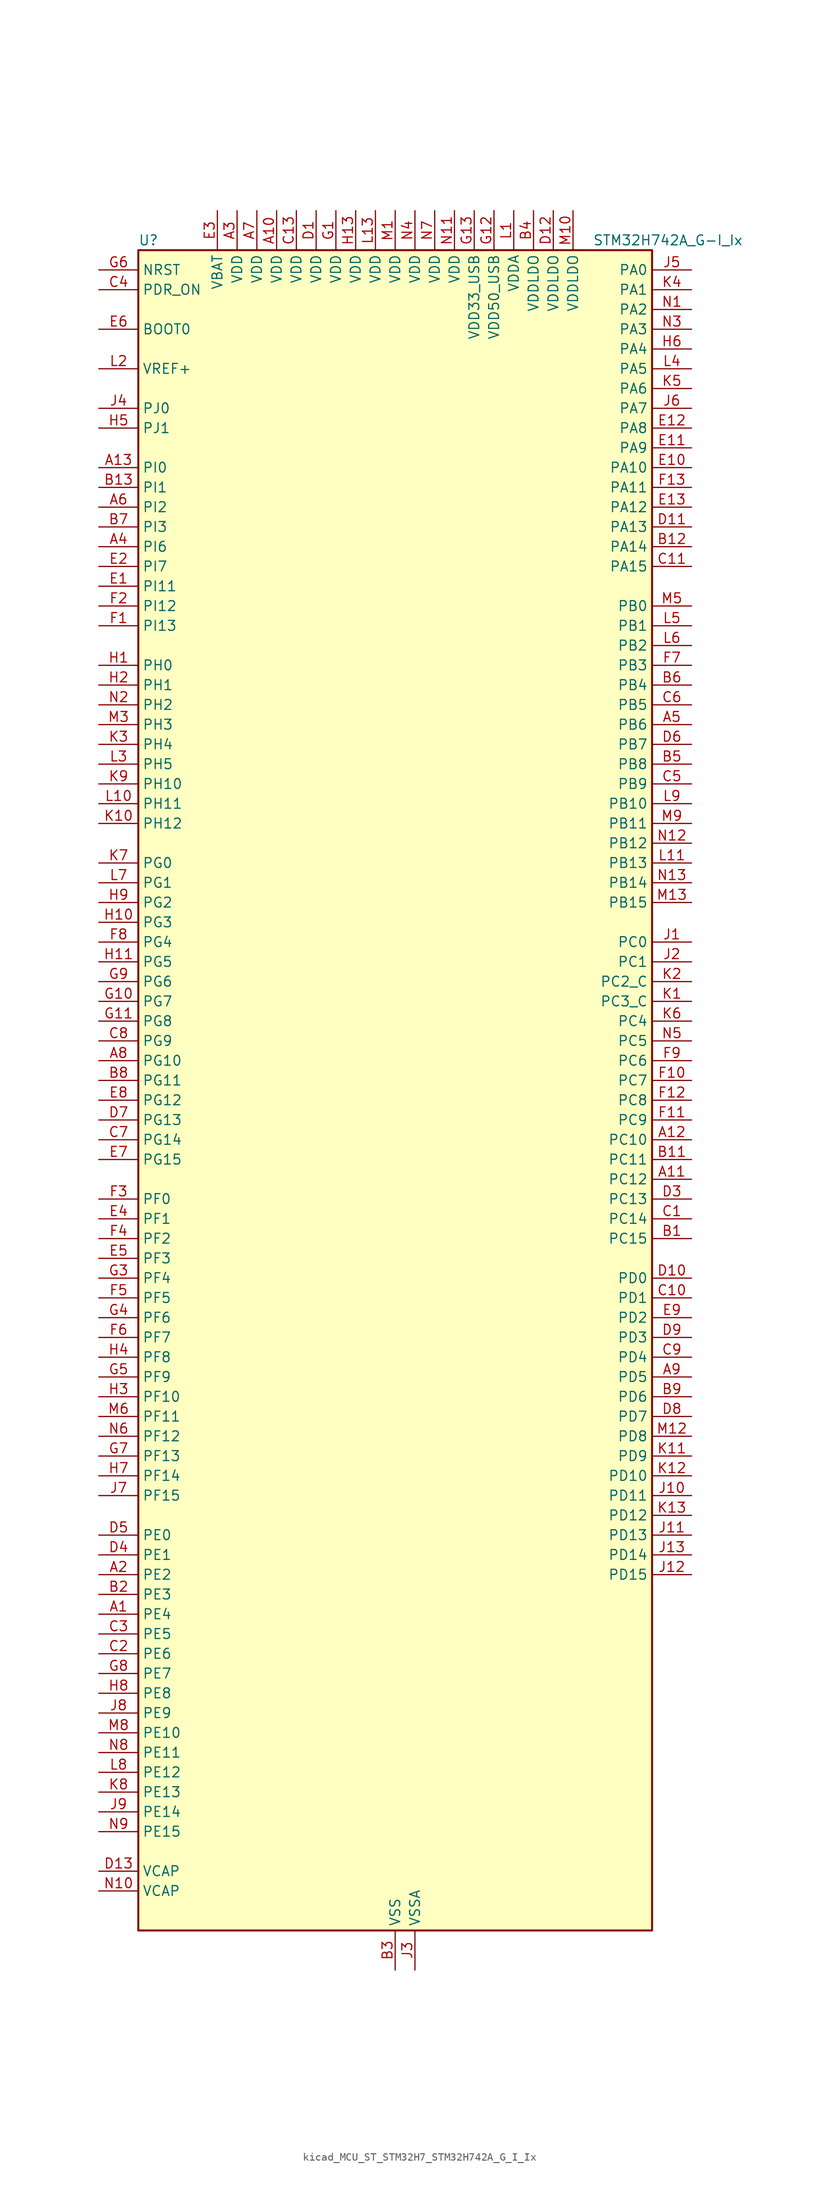
<source format=kicad_sym>
(kicad_symbol_lib
  (version 20220914)
  (generator kicad_symbol_editor)
  (symbol "kicad_MCU_ST_STM32H7_STM32H742A_G_I_Ix"
    (property "Reference" "U"
      (at -33.02 110.49 0)
      (effects (font (size 1.27 1.27)) (justify left)))
    (property "Value" "STM32H742A_G-I_Ix"
      (at 25.4 110.49 0)
      (effects (font (size 1.27 1.27)) (justify left)))
    (property "ki_locked" ""
      (at 0 0 0)
      (effects (font (size 1.27 1.27))))
    (symbol "kicad_MCU_ST_STM32H7_STM32H742A_G_I_Ix_0_1"
      (rectangle (start -33.02 -106.68) (end 33.02 109.22) (stroke (width 0.254) (type default)) (fill (type background))))
    (symbol "kicad_MCU_ST_STM32H7_STM32H742A_G_I_Ix_1_1"
      (pin bidirectional line (at -38.1 -66.04 0) (length 5.08) (name "PE4" (effects (font (size 1.27 1.27)))) (number "A1" (effects (font (size 1.27 1.27)))) (alternate "DCMI_D4" bidirectional line) (alternate "DEBUG_TRACED1" bidirectional line) (alternate "DFSDM1_DATIN3" bidirectional line) (alternate "FMC_A20" bidirectional line) (alternate "SAI1_D2" bidirectional line) (alternate "SAI1_FS_A" bidirectional line) (alternate "SAI4_D2" bidirectional line) (alternate "SAI4_FS_A" bidirectional line) (alternate "SPI4_NSS" bidirectional line) (alternate "TIM15_CH1N" bidirectional line))
      (pin power_in line (at -15.24 114.3 270) (length 5.08) (name "VDD" (effects (font (size 1.27 1.27)))) (number "A10" (effects (font (size 1.27 1.27)))))
      (pin bidirectional line (at 38.1 -10.16 180) (length 5.08) (name "PC12" (effects (font (size 1.27 1.27)))) (number "A11" (effects (font (size 1.27 1.27)))) (alternate "DCMI_D9" bidirectional line) (alternate "DEBUG_TRACED3" bidirectional line) (alternate "HRTIM_EEV2" bidirectional line) (alternate "I2S3_SDO" bidirectional line) (alternate "SDMMC1_CK" bidirectional line) (alternate "SPI3_MOSI" bidirectional line) (alternate "UART5_TX" bidirectional line) (alternate "USART3_CK" bidirectional line))
      (pin bidirectional line (at 38.1 -5.08 180) (length 5.08) (name "PC10" (effects (font (size 1.27 1.27)))) (number "A12" (effects (font (size 1.27 1.27)))) (alternate "DCMI_D8" bidirectional line) (alternate "DFSDM1_CKIN5" bidirectional line) (alternate "HRTIM_EEV1" bidirectional line) (alternate "I2S3_CK" bidirectional line) (alternate "QUADSPI_BK1_IO1" bidirectional line) (alternate "SDMMC1_D2" bidirectional line) (alternate "SPI3_SCK" bidirectional line) (alternate "UART4_TX" bidirectional line) (alternate "USART3_TX" bidirectional line))
      (pin bidirectional line (at -38.1 81.28 0) (length 5.08) (name "PI0" (effects (font (size 1.27 1.27)))) (number "A13" (effects (font (size 1.27 1.27)))) (alternate "DCMI_D13" bidirectional line) (alternate "FMC_D24" bidirectional line) (alternate "I2S2_WS" bidirectional line) (alternate "SPI2_NSS" bidirectional line) (alternate "TIM5_CH4" bidirectional line))
      (pin bidirectional line (at -38.1 -60.96 0) (length 5.08) (name "PE2" (effects (font (size 1.27 1.27)))) (number "A2" (effects (font (size 1.27 1.27)))) (alternate "DEBUG_TRACECLK" bidirectional line) (alternate "ETH_TXD3" bidirectional line) (alternate "FMC_A23" bidirectional line) (alternate "QUADSPI_BK1_IO2" bidirectional line) (alternate "SAI1_CK1" bidirectional line) (alternate "SAI1_MCLK_A" bidirectional line) (alternate "SAI4_CK1" bidirectional line) (alternate "SAI4_MCLK_A" bidirectional line) (alternate "SPI4_SCK" bidirectional line))
      (pin power_in line (at -20.32 114.3 270) (length 5.08) (name "VDD" (effects (font (size 1.27 1.27)))) (number "A3" (effects (font (size 1.27 1.27)))))
      (pin bidirectional line (at -38.1 71.12 0) (length 5.08) (name "PI6" (effects (font (size 1.27 1.27)))) (number "A4" (effects (font (size 1.27 1.27)))) (alternate "DCMI_D6" bidirectional line) (alternate "FMC_D28" bidirectional line) (alternate "SAI2_SD_A" bidirectional line) (alternate "TIM8_CH2" bidirectional line))
      (pin bidirectional line (at 38.1 48.26 180) (length 5.08) (name "PB6" (effects (font (size 1.27 1.27)))) (number "A5" (effects (font (size 1.27 1.27)))) (alternate "CEC" bidirectional line) (alternate "DCMI_D5" bidirectional line) (alternate "DFSDM1_DATIN5" bidirectional line) (alternate "FDCAN2_TX" bidirectional line) (alternate "FMC_SDNE1" bidirectional line) (alternate "HRTIM_EEV8" bidirectional line) (alternate "I2C1_SCL" bidirectional line) (alternate "I2C4_SCL" bidirectional line) (alternate "LPUART1_TX" bidirectional line) (alternate "QUADSPI_BK1_NCS" bidirectional line) (alternate "TIM16_CH1N" bidirectional line) (alternate "TIM4_CH1" bidirectional line) (alternate "UART5_TX" bidirectional line) (alternate "USART1_TX" bidirectional line))
      (pin bidirectional line (at -38.1 76.2 0) (length 5.08) (name "PI2" (effects (font (size 1.27 1.27)))) (number "A6" (effects (font (size 1.27 1.27)))) (alternate "DCMI_D9" bidirectional line) (alternate "FMC_D26" bidirectional line) (alternate "I2S2_SDI" bidirectional line) (alternate "SPI2_MISO" bidirectional line) (alternate "TIM8_CH4" bidirectional line))
      (pin power_in line (at -17.78 114.3 270) (length 5.08) (name "VDD" (effects (font (size 1.27 1.27)))) (number "A7" (effects (font (size 1.27 1.27)))))
      (pin bidirectional line (at -38.1 5.08 0) (length 5.08) (name "PG10" (effects (font (size 1.27 1.27)))) (number "A8" (effects (font (size 1.27 1.27)))) (alternate "DCMI_D2" bidirectional line) (alternate "FMC_NE3" bidirectional line) (alternate "HRTIM_FLT5" bidirectional line) (alternate "I2S1_WS" bidirectional line) (alternate "SAI2_SD_B" bidirectional line) (alternate "SPI1_NSS" bidirectional line))
      (pin bidirectional line (at 38.1 -35.56 180) (length 5.08) (name "PD5" (effects (font (size 1.27 1.27)))) (number "A9" (effects (font (size 1.27 1.27)))) (alternate "FMC_NWE" bidirectional line) (alternate "HRTIM_EEV3" bidirectional line) (alternate "USART2_TX" bidirectional line))
      (pin bidirectional line (at 38.1 -17.78 180) (length 5.08) (name "PC15" (effects (font (size 1.27 1.27)))) (number "B1" (effects (font (size 1.27 1.27)))) (alternate "ADC1_EXTI15" bidirectional line) (alternate "ADC2_EXTI15" bidirectional line) (alternate "ADC3_EXTI15" bidirectional line) (alternate "RCC_OSC32_OUT" bidirectional line))
      (pin passive line (at 0 -111.76 90) (length 5.08) hide (name "VSS" (effects (font (size 1.27 1.27)))) (number "B10" (effects (font (size 1.27 1.27)))))
      (pin bidirectional line (at 38.1 -7.62 180) (length 5.08) (name "PC11" (effects (font (size 1.27 1.27)))) (number "B11" (effects (font (size 1.27 1.27)))) (alternate "ADC1_EXTI11" bidirectional line) (alternate "ADC2_EXTI11" bidirectional line) (alternate "ADC3_EXTI11" bidirectional line) (alternate "DCMI_D4" bidirectional line) (alternate "DFSDM1_DATIN5" bidirectional line) (alternate "HRTIM_FLT2" bidirectional line) (alternate "I2S3_SDI" bidirectional line) (alternate "QUADSPI_BK2_NCS" bidirectional line) (alternate "SDMMC1_D3" bidirectional line) (alternate "SPI3_MISO" bidirectional line) (alternate "UART4_RX" bidirectional line) (alternate "USART3_RX" bidirectional line))
      (pin bidirectional line (at 38.1 71.12 180) (length 5.08) (name "PA14" (effects (font (size 1.27 1.27)))) (number "B12" (effects (font (size 1.27 1.27)))) (alternate "DEBUG_JTCK-SWCLK" bidirectional line))
      (pin bidirectional line (at -38.1 78.74 0) (length 5.08) (name "PI1" (effects (font (size 1.27 1.27)))) (number "B13" (effects (font (size 1.27 1.27)))) (alternate "DCMI_D8" bidirectional line) (alternate "FMC_D25" bidirectional line) (alternate "I2S2_CK" bidirectional line) (alternate "SPI2_SCK" bidirectional line) (alternate "TIM8_BKIN2" bidirectional line) (alternate "TIM8_BKIN2_COMP1" bidirectional line) (alternate "TIM8_BKIN2_COMP2" bidirectional line))
      (pin bidirectional line (at -38.1 -63.5 0) (length 5.08) (name "PE3" (effects (font (size 1.27 1.27)))) (number "B2" (effects (font (size 1.27 1.27)))) (alternate "DEBUG_TRACED0" bidirectional line) (alternate "FMC_A19" bidirectional line) (alternate "SAI1_SD_B" bidirectional line) (alternate "SAI4_SD_B" bidirectional line) (alternate "TIM15_BKIN" bidirectional line))
      (pin power_in line (at 0 -111.76 90) (length 5.08) (name "VSS" (effects (font (size 1.27 1.27)))) (number "B3" (effects (font (size 1.27 1.27)))))
      (pin power_in line (at 17.78 114.3 270) (length 5.08) (name "VDDLDO" (effects (font (size 1.27 1.27)))) (number "B4" (effects (font (size 1.27 1.27)))))
      (pin bidirectional line (at 38.1 43.18 180) (length 5.08) (name "PB8" (effects (font (size 1.27 1.27)))) (number "B5" (effects (font (size 1.27 1.27)))) (alternate "DCMI_D6" bidirectional line) (alternate "DFSDM1_CKIN7" bidirectional line) (alternate "ETH_TXD3" bidirectional line) (alternate "FDCAN1_RX" bidirectional line) (alternate "I2C1_SCL" bidirectional line) (alternate "I2C4_SCL" bidirectional line) (alternate "SDMMC1_CKIN" bidirectional line) (alternate "SDMMC1_D4" bidirectional line) (alternate "SDMMC2_D4" bidirectional line) (alternate "TIM16_CH1" bidirectional line) (alternate "TIM4_CH3" bidirectional line) (alternate "UART4_RX" bidirectional line))
      (pin bidirectional line (at 38.1 53.34 180) (length 5.08) (name "PB4" (effects (font (size 1.27 1.27)))) (number "B6" (effects (font (size 1.27 1.27)))) (alternate "DEBUG_JTRST" bidirectional line) (alternate "HRTIM_EEV6" bidirectional line) (alternate "I2S1_SDI" bidirectional line) (alternate "I2S2_WS" bidirectional line) (alternate "I2S3_SDI" bidirectional line) (alternate "SDMMC2_D3" bidirectional line) (alternate "SPI1_MISO" bidirectional line) (alternate "SPI2_NSS" bidirectional line) (alternate "SPI3_MISO" bidirectional line) (alternate "SPI6_MISO" bidirectional line) (alternate "TIM16_BKIN" bidirectional line) (alternate "TIM3_CH1" bidirectional line) (alternate "UART7_TX" bidirectional line))
      (pin bidirectional line (at -38.1 73.66 0) (length 5.08) (name "PI3" (effects (font (size 1.27 1.27)))) (number "B7" (effects (font (size 1.27 1.27)))) (alternate "DCMI_D10" bidirectional line) (alternate "FMC_D27" bidirectional line) (alternate "I2S2_SDO" bidirectional line) (alternate "SPI2_MOSI" bidirectional line) (alternate "TIM8_ETR" bidirectional line))
      (pin bidirectional line (at -38.1 2.54 0) (length 5.08) (name "PG11" (effects (font (size 1.27 1.27)))) (number "B8" (effects (font (size 1.27 1.27)))) (alternate "ADC1_EXTI11" bidirectional line) (alternate "ADC2_EXTI11" bidirectional line) (alternate "ADC3_EXTI11" bidirectional line) (alternate "DCMI_D3" bidirectional line) (alternate "ETH_TX_EN" bidirectional line) (alternate "HRTIM_EEV4" bidirectional line) (alternate "I2S1_CK" bidirectional line) (alternate "LPTIM1_IN2" bidirectional line) (alternate "SDMMC2_D2" bidirectional line) (alternate "SPDIFRX1_IN0" bidirectional line) (alternate "SPI1_SCK" bidirectional line))
      (pin bidirectional line (at 38.1 -38.1 180) (length 5.08) (name "PD6" (effects (font (size 1.27 1.27)))) (number "B9" (effects (font (size 1.27 1.27)))) (alternate "DCMI_D10" bidirectional line) (alternate "DFSDM1_CKIN4" bidirectional line) (alternate "DFSDM1_DATIN1" bidirectional line) (alternate "FMC_NWAIT" bidirectional line) (alternate "I2S3_SDO" bidirectional line) (alternate "SAI1_D1" bidirectional line) (alternate "SAI1_SD_A" bidirectional line) (alternate "SAI4_D1" bidirectional line) (alternate "SAI4_SD_A" bidirectional line) (alternate "SDMMC2_CK" bidirectional line) (alternate "SPI3_MOSI" bidirectional line) (alternate "USART2_RX" bidirectional line))
      (pin bidirectional line (at 38.1 -15.24 180) (length 5.08) (name "PC14" (effects (font (size 1.27 1.27)))) (number "C1" (effects (font (size 1.27 1.27)))) (alternate "RCC_OSC32_IN" bidirectional line))
      (pin bidirectional line (at 38.1 -25.4 180) (length 5.08) (name "PD1" (effects (font (size 1.27 1.27)))) (number "C10" (effects (font (size 1.27 1.27)))) (alternate "DFSDM1_DATIN6" bidirectional line) (alternate "FDCAN1_TX" bidirectional line) (alternate "FMC_D3" bidirectional line) (alternate "FMC_DA3" bidirectional line) (alternate "SAI3_SD_A" bidirectional line) (alternate "UART4_TX" bidirectional line))
      (pin bidirectional line (at 38.1 68.58 180) (length 5.08) (name "PA15" (effects (font (size 1.27 1.27)))) (number "C11" (effects (font (size 1.27 1.27)))) (alternate "ADC1_EXTI15" bidirectional line) (alternate "ADC2_EXTI15" bidirectional line) (alternate "ADC3_EXTI15" bidirectional line) (alternate "CEC" bidirectional line) (alternate "DEBUG_JTDI" bidirectional line) (alternate "HRTIM_FLT1" bidirectional line) (alternate "I2S1_WS" bidirectional line) (alternate "I2S3_WS" bidirectional line) (alternate "SPI1_NSS" bidirectional line) (alternate "SPI3_NSS" bidirectional line) (alternate "SPI6_NSS" bidirectional line) (alternate "TIM2_CH1" bidirectional line) (alternate "TIM2_ETR" bidirectional line) (alternate "UART4_DE" bidirectional line) (alternate "UART4_RTS" bidirectional line) (alternate "UART7_TX" bidirectional line))
      (pin passive line (at 0 -111.76 90) (length 5.08) hide (name "VSS" (effects (font (size 1.27 1.27)))) (number "C12" (effects (font (size 1.27 1.27)))))
      (pin power_in line (at -12.7 114.3 270) (length 5.08) (name "VDD" (effects (font (size 1.27 1.27)))) (number "C13" (effects (font (size 1.27 1.27)))))
      (pin bidirectional line (at -38.1 -71.12 0) (length 5.08) (name "PE6" (effects (font (size 1.27 1.27)))) (number "C2" (effects (font (size 1.27 1.27)))) (alternate "DCMI_D7" bidirectional line) (alternate "DEBUG_TRACED3" bidirectional line) (alternate "FMC_A22" bidirectional line) (alternate "SAI1_D1" bidirectional line) (alternate "SAI1_SD_A" bidirectional line) (alternate "SAI2_MCLK_B" bidirectional line) (alternate "SAI4_D1" bidirectional line) (alternate "SAI4_SD_A" bidirectional line) (alternate "SPI4_MOSI" bidirectional line) (alternate "TIM15_CH2" bidirectional line) (alternate "TIM1_BKIN2" bidirectional line) (alternate "TIM1_BKIN2_COMP1" bidirectional line) (alternate "TIM1_BKIN2_COMP2" bidirectional line))
      (pin bidirectional line (at -38.1 -68.58 0) (length 5.08) (name "PE5" (effects (font (size 1.27 1.27)))) (number "C3" (effects (font (size 1.27 1.27)))) (alternate "DCMI_D6" bidirectional line) (alternate "DEBUG_TRACED2" bidirectional line) (alternate "DFSDM1_CKIN3" bidirectional line) (alternate "FMC_A21" bidirectional line) (alternate "SAI1_CK2" bidirectional line) (alternate "SAI1_SCK_A" bidirectional line) (alternate "SAI4_CK2" bidirectional line) (alternate "SAI4_SCK_A" bidirectional line) (alternate "SPI4_MISO" bidirectional line) (alternate "TIM15_CH1" bidirectional line))
      (pin input line (at -38.1 104.14 0) (length 5.08) (name "PDR_ON" (effects (font (size 1.27 1.27)))) (number "C4" (effects (font (size 1.27 1.27)))))
      (pin bidirectional line (at 38.1 40.64 180) (length 5.08) (name "PB9" (effects (font (size 1.27 1.27)))) (number "C5" (effects (font (size 1.27 1.27)))) (alternate "DAC1_EXTI9" bidirectional line) (alternate "DCMI_D7" bidirectional line) (alternate "DFSDM1_DATIN7" bidirectional line) (alternate "FDCAN1_TX" bidirectional line) (alternate "I2C1_SDA" bidirectional line) (alternate "I2C4_SDA" bidirectional line) (alternate "I2C4_SMBA" bidirectional line) (alternate "I2S2_WS" bidirectional line) (alternate "SDMMC1_CDIR" bidirectional line) (alternate "SDMMC1_D5" bidirectional line) (alternate "SDMMC2_D5" bidirectional line) (alternate "SPI2_NSS" bidirectional line) (alternate "TIM17_CH1" bidirectional line) (alternate "TIM4_CH4" bidirectional line) (alternate "UART4_TX" bidirectional line))
      (pin bidirectional line (at 38.1 50.8 180) (length 5.08) (name "PB5" (effects (font (size 1.27 1.27)))) (number "C6" (effects (font (size 1.27 1.27)))) (alternate "DCMI_D10" bidirectional line) (alternate "ETH_PPS_OUT" bidirectional line) (alternate "FDCAN2_RX" bidirectional line) (alternate "FMC_SDCKE1" bidirectional line) (alternate "HRTIM_EEV7" bidirectional line) (alternate "I2C1_SMBA" bidirectional line) (alternate "I2C4_SMBA" bidirectional line) (alternate "I2S1_SDO" bidirectional line) (alternate "I2S3_SDO" bidirectional line) (alternate "SPI1_MOSI" bidirectional line) (alternate "SPI3_MOSI" bidirectional line) (alternate "SPI6_MOSI" bidirectional line) (alternate "TIM17_BKIN" bidirectional line) (alternate "TIM3_CH2" bidirectional line) (alternate "UART5_RX" bidirectional line) (alternate "USB_OTG_HS_ULPI_D7" bidirectional line))
      (pin bidirectional line (at -38.1 -5.08 0) (length 5.08) (name "PG14" (effects (font (size 1.27 1.27)))) (number "C7" (effects (font (size 1.27 1.27)))) (alternate "DEBUG_TRACED1" bidirectional line) (alternate "ETH_TXD1" bidirectional line) (alternate "FMC_A25" bidirectional line) (alternate "LPTIM1_ETR" bidirectional line) (alternate "QUADSPI_BK2_IO3" bidirectional line) (alternate "SPI6_MOSI" bidirectional line) (alternate "USART6_TX" bidirectional line))
      (pin bidirectional line (at -38.1 7.62 0) (length 5.08) (name "PG9" (effects (font (size 1.27 1.27)))) (number "C8" (effects (font (size 1.27 1.27)))) (alternate "DAC1_EXTI9" bidirectional line) (alternate "DCMI_VSYNC" bidirectional line) (alternate "FMC_NCE" bidirectional line) (alternate "FMC_NE2" bidirectional line) (alternate "I2S1_SDI" bidirectional line) (alternate "QUADSPI_BK2_IO2" bidirectional line) (alternate "SAI2_FS_B" bidirectional line) (alternate "SPDIFRX1_IN3" bidirectional line) (alternate "SPI1_MISO" bidirectional line) (alternate "USART6_RX" bidirectional line))
      (pin bidirectional line (at 38.1 -33.02 180) (length 5.08) (name "PD4" (effects (font (size 1.27 1.27)))) (number "C9" (effects (font (size 1.27 1.27)))) (alternate "FMC_NOE" bidirectional line) (alternate "HRTIM_FLT3" bidirectional line) (alternate "SAI3_FS_A" bidirectional line) (alternate "USART2_DE" bidirectional line) (alternate "USART2_RTS" bidirectional line))
      (pin power_in line (at -10.16 114.3 270) (length 5.08) (name "VDD" (effects (font (size 1.27 1.27)))) (number "D1" (effects (font (size 1.27 1.27)))))
      (pin bidirectional line (at 38.1 -22.86 180) (length 5.08) (name "PD0" (effects (font (size 1.27 1.27)))) (number "D10" (effects (font (size 1.27 1.27)))) (alternate "DFSDM1_CKIN6" bidirectional line) (alternate "FDCAN1_RX" bidirectional line) (alternate "FMC_D2" bidirectional line) (alternate "FMC_DA2" bidirectional line) (alternate "SAI3_SCK_A" bidirectional line) (alternate "UART4_RX" bidirectional line))
      (pin bidirectional line (at 38.1 73.66 180) (length 5.08) (name "PA13" (effects (font (size 1.27 1.27)))) (number "D11" (effects (font (size 1.27 1.27)))) (alternate "DEBUG_JTMS-SWDIO" bidirectional line))
      (pin power_in line (at 20.32 114.3 270) (length 5.08) (name "VDDLDO" (effects (font (size 1.27 1.27)))) (number "D12" (effects (font (size 1.27 1.27)))))
      (pin power_out line (at -38.1 -99.06 0) (length 5.08) (name "VCAP" (effects (font (size 1.27 1.27)))) (number "D13" (effects (font (size 1.27 1.27)))))
      (pin passive line (at 0 -111.76 90) (length 5.08) hide (name "VSS" (effects (font (size 1.27 1.27)))) (number "D2" (effects (font (size 1.27 1.27)))))
      (pin bidirectional line (at 38.1 -12.7 180) (length 5.08) (name "PC13" (effects (font (size 1.27 1.27)))) (number "D3" (effects (font (size 1.27 1.27)))) (alternate "PWR_WKUP2" bidirectional line) (alternate "RTC_OUT_ALARM" bidirectional line) (alternate "RTC_OUT_CALIB" bidirectional line) (alternate "RTC_TAMP1" bidirectional line) (alternate "RTC_TS" bidirectional line))
      (pin bidirectional line (at -38.1 -58.42 0) (length 5.08) (name "PE1" (effects (font (size 1.27 1.27)))) (number "D4" (effects (font (size 1.27 1.27)))) (alternate "DCMI_D3" bidirectional line) (alternate "FMC_NBL1" bidirectional line) (alternate "HRTIM_SCOUT" bidirectional line) (alternate "LPTIM1_IN2" bidirectional line) (alternate "UART8_TX" bidirectional line))
      (pin bidirectional line (at -38.1 -55.88 0) (length 5.08) (name "PE0" (effects (font (size 1.27 1.27)))) (number "D5" (effects (font (size 1.27 1.27)))) (alternate "DCMI_D2" bidirectional line) (alternate "FMC_NBL0" bidirectional line) (alternate "HRTIM_SCIN" bidirectional line) (alternate "LPTIM1_ETR" bidirectional line) (alternate "LPTIM2_ETR" bidirectional line) (alternate "SAI2_MCLK_A" bidirectional line) (alternate "TIM4_ETR" bidirectional line) (alternate "UART8_RX" bidirectional line))
      (pin bidirectional line (at 38.1 45.72 180) (length 5.08) (name "PB7" (effects (font (size 1.27 1.27)))) (number "D6" (effects (font (size 1.27 1.27)))) (alternate "DCMI_VSYNC" bidirectional line) (alternate "DFSDM1_CKIN5" bidirectional line) (alternate "FMC_NL" bidirectional line) (alternate "HRTIM_EEV9" bidirectional line) (alternate "I2C1_SDA" bidirectional line) (alternate "I2C4_SDA" bidirectional line) (alternate "LPUART1_RX" bidirectional line) (alternate "PWR_PVD_IN" bidirectional line) (alternate "TIM17_CH1N" bidirectional line) (alternate "TIM4_CH2" bidirectional line) (alternate "USART1_RX" bidirectional line))
      (pin bidirectional line (at -38.1 -2.54 0) (length 5.08) (name "PG13" (effects (font (size 1.27 1.27)))) (number "D7" (effects (font (size 1.27 1.27)))) (alternate "DEBUG_TRACED0" bidirectional line) (alternate "ETH_TXD0" bidirectional line) (alternate "FMC_A24" bidirectional line) (alternate "HRTIM_EEV10" bidirectional line) (alternate "LPTIM1_OUT" bidirectional line) (alternate "SPI6_SCK" bidirectional line) (alternate "USART6_CTS" bidirectional line) (alternate "USART6_NSS" bidirectional line))
      (pin bidirectional line (at 38.1 -40.64 180) (length 5.08) (name "PD7" (effects (font (size 1.27 1.27)))) (number "D8" (effects (font (size 1.27 1.27)))) (alternate "DFSDM1_CKIN1" bidirectional line) (alternate "DFSDM1_DATIN4" bidirectional line) (alternate "FMC_NE1" bidirectional line) (alternate "I2S1_SDO" bidirectional line) (alternate "SDMMC2_CMD" bidirectional line) (alternate "SPDIFRX1_IN0" bidirectional line) (alternate "SPI1_MOSI" bidirectional line) (alternate "USART2_CK" bidirectional line))
      (pin bidirectional line (at 38.1 -30.48 180) (length 5.08) (name "PD3" (effects (font (size 1.27 1.27)))) (number "D9" (effects (font (size 1.27 1.27)))) (alternate "DCMI_D5" bidirectional line) (alternate "DFSDM1_CKOUT" bidirectional line) (alternate "FMC_CLK" bidirectional line) (alternate "I2S2_CK" bidirectional line) (alternate "SPI2_SCK" bidirectional line) (alternate "USART2_CTS" bidirectional line) (alternate "USART2_NSS" bidirectional line))
      (pin bidirectional line (at -38.1 66.04 0) (length 5.08) (name "PI11" (effects (font (size 1.27 1.27)))) (number "E1" (effects (font (size 1.27 1.27)))) (alternate "ADC1_EXTI11" bidirectional line) (alternate "ADC2_EXTI11" bidirectional line) (alternate "ADC3_EXTI11" bidirectional line) (alternate "PWR_WKUP4" bidirectional line) (alternate "USB_OTG_HS_ULPI_DIR" bidirectional line))
      (pin bidirectional line (at 38.1 81.28 180) (length 5.08) (name "PA10" (effects (font (size 1.27 1.27)))) (number "E10" (effects (font (size 1.27 1.27)))) (alternate "DCMI_D1" bidirectional line) (alternate "HRTIM_CHC2" bidirectional line) (alternate "LPUART1_RX" bidirectional line) (alternate "MDIOS_MDIO" bidirectional line) (alternate "TIM1_CH3" bidirectional line) (alternate "USART1_RX" bidirectional line) (alternate "USB_OTG_FS_ID" bidirectional line))
      (pin bidirectional line (at 38.1 83.82 180) (length 5.08) (name "PA9" (effects (font (size 1.27 1.27)))) (number "E11" (effects (font (size 1.27 1.27)))) (alternate "DAC1_EXTI9" bidirectional line) (alternate "DCMI_D0" bidirectional line) (alternate "HRTIM_CHC1" bidirectional line) (alternate "I2C3_SMBA" bidirectional line) (alternate "I2S2_CK" bidirectional line) (alternate "LPUART1_TX" bidirectional line) (alternate "SPI2_SCK" bidirectional line) (alternate "TIM1_CH2" bidirectional line) (alternate "USART1_TX" bidirectional line) (alternate "USB_OTG_FS_VBUS" bidirectional line))
      (pin bidirectional line (at 38.1 86.36 180) (length 5.08) (name "PA8" (effects (font (size 1.27 1.27)))) (number "E12" (effects (font (size 1.27 1.27)))) (alternate "HRTIM_CHB2" bidirectional line) (alternate "I2C3_SCL" bidirectional line) (alternate "RCC_MCO_1" bidirectional line) (alternate "TIM1_CH1" bidirectional line) (alternate "TIM8_BKIN2" bidirectional line) (alternate "TIM8_BKIN2_COMP1" bidirectional line) (alternate "TIM8_BKIN2_COMP2" bidirectional line) (alternate "UART7_RX" bidirectional line) (alternate "USART1_CK" bidirectional line) (alternate "USB_OTG_FS_SOF" bidirectional line))
      (pin bidirectional line (at 38.1 76.2 180) (length 5.08) (name "PA12" (effects (font (size 1.27 1.27)))) (number "E13" (effects (font (size 1.27 1.27)))) (alternate "FDCAN1_TX" bidirectional line) (alternate "HRTIM_CHD2" bidirectional line) (alternate "I2S2_CK" bidirectional line) (alternate "LPUART1_DE" bidirectional line) (alternate "LPUART1_RTS" bidirectional line) (alternate "SAI2_FS_B" bidirectional line) (alternate "SPI2_SCK" bidirectional line) (alternate "TIM1_ETR" bidirectional line) (alternate "UART4_TX" bidirectional line) (alternate "USART1_DE" bidirectional line) (alternate "USART1_RTS" bidirectional line) (alternate "USB_OTG_FS_DP" bidirectional line))
      (pin bidirectional line (at -38.1 68.58 0) (length 5.08) (name "PI7" (effects (font (size 1.27 1.27)))) (number "E2" (effects (font (size 1.27 1.27)))) (alternate "DCMI_D7" bidirectional line) (alternate "FMC_D29" bidirectional line) (alternate "SAI2_FS_A" bidirectional line) (alternate "TIM8_CH3" bidirectional line))
      (pin power_in line (at -22.86 114.3 270) (length 5.08) (name "VBAT" (effects (font (size 1.27 1.27)))) (number "E3" (effects (font (size 1.27 1.27)))))
      (pin bidirectional line (at -38.1 -15.24 0) (length 5.08) (name "PF1" (effects (font (size 1.27 1.27)))) (number "E4" (effects (font (size 1.27 1.27)))) (alternate "FMC_A1" bidirectional line) (alternate "I2C2_SCL" bidirectional line))
      (pin bidirectional line (at -38.1 -20.32 0) (length 5.08) (name "PF3" (effects (font (size 1.27 1.27)))) (number "E5" (effects (font (size 1.27 1.27)))) (alternate "ADC3_INP5" bidirectional line) (alternate "FMC_A3" bidirectional line))
      (pin input line (at -38.1 99.06 0) (length 5.08) (name "BOOT0" (effects (font (size 1.27 1.27)))) (number "E6" (effects (font (size 1.27 1.27)))))
      (pin bidirectional line (at -38.1 -7.62 0) (length 5.08) (name "PG15" (effects (font (size 1.27 1.27)))) (number "E7" (effects (font (size 1.27 1.27)))) (alternate "ADC1_EXTI15" bidirectional line) (alternate "ADC2_EXTI15" bidirectional line) (alternate "ADC3_EXTI15" bidirectional line) (alternate "DCMI_D13" bidirectional line) (alternate "FMC_SDNCAS" bidirectional line) (alternate "USART6_CTS" bidirectional line) (alternate "USART6_NSS" bidirectional line))
      (pin bidirectional line (at -38.1 0 0) (length 5.08) (name "PG12" (effects (font (size 1.27 1.27)))) (number "E8" (effects (font (size 1.27 1.27)))) (alternate "ETH_TXD1" bidirectional line) (alternate "FMC_NE4" bidirectional line) (alternate "HRTIM_EEV5" bidirectional line) (alternate "LPTIM1_IN1" bidirectional line) (alternate "SPDIFRX1_IN1" bidirectional line) (alternate "SPI6_MISO" bidirectional line) (alternate "USART6_DE" bidirectional line) (alternate "USART6_RTS" bidirectional line))
      (pin bidirectional line (at 38.1 -27.94 180) (length 5.08) (name "PD2" (effects (font (size 1.27 1.27)))) (number "E9" (effects (font (size 1.27 1.27)))) (alternate "DCMI_D11" bidirectional line) (alternate "DEBUG_TRACED2" bidirectional line) (alternate "SDMMC1_CMD" bidirectional line) (alternate "TIM3_ETR" bidirectional line) (alternate "UART5_RX" bidirectional line))
      (pin bidirectional line (at -38.1 60.96 0) (length 5.08) (name "PI13" (effects (font (size 1.27 1.27)))) (number "F1" (effects (font (size 1.27 1.27)))))
      (pin bidirectional line (at 38.1 2.54 180) (length 5.08) (name "PC7" (effects (font (size 1.27 1.27)))) (number "F10" (effects (font (size 1.27 1.27)))) (alternate "DCMI_D1" bidirectional line) (alternate "DEBUG_TRGIO" bidirectional line) (alternate "DFSDM1_DATIN3" bidirectional line) (alternate "FMC_NE1" bidirectional line) (alternate "HRTIM_CHA2" bidirectional line) (alternate "I2S3_MCK" bidirectional line) (alternate "SDMMC1_D123DIR" bidirectional line) (alternate "SDMMC1_D7" bidirectional line) (alternate "SDMMC2_D7" bidirectional line) (alternate "SWPMI1_TX" bidirectional line) (alternate "TIM3_CH2" bidirectional line) (alternate "TIM8_CH2" bidirectional line) (alternate "USART6_RX" bidirectional line))
      (pin bidirectional line (at 38.1 -2.54 180) (length 5.08) (name "PC9" (effects (font (size 1.27 1.27)))) (number "F11" (effects (font (size 1.27 1.27)))) (alternate "DAC1_EXTI9" bidirectional line) (alternate "DCMI_D3" bidirectional line) (alternate "I2C3_SDA" bidirectional line) (alternate "I2S_CKIN" bidirectional line) (alternate "QUADSPI_BK1_IO0" bidirectional line) (alternate "RCC_MCO_2" bidirectional line) (alternate "SDMMC1_D1" bidirectional line) (alternate "SWPMI1_SUSPEND" bidirectional line) (alternate "TIM3_CH4" bidirectional line) (alternate "TIM8_CH4" bidirectional line) (alternate "UART5_CTS" bidirectional line))
      (pin bidirectional line (at 38.1 0 180) (length 5.08) (name "PC8" (effects (font (size 1.27 1.27)))) (number "F12" (effects (font (size 1.27 1.27)))) (alternate "DCMI_D2" bidirectional line) (alternate "DEBUG_TRACED1" bidirectional line) (alternate "FMC_NCE" bidirectional line) (alternate "FMC_NE2" bidirectional line) (alternate "HRTIM_CHB1" bidirectional line) (alternate "SDMMC1_D0" bidirectional line) (alternate "SWPMI1_RX" bidirectional line) (alternate "TIM3_CH3" bidirectional line) (alternate "TIM8_CH3" bidirectional line) (alternate "UART5_DE" bidirectional line) (alternate "UART5_RTS" bidirectional line) (alternate "USART6_CK" bidirectional line))
      (pin bidirectional line (at 38.1 78.74 180) (length 5.08) (name "PA11" (effects (font (size 1.27 1.27)))) (number "F13" (effects (font (size 1.27 1.27)))) (alternate "ADC1_EXTI11" bidirectional line) (alternate "ADC2_EXTI11" bidirectional line) (alternate "ADC3_EXTI11" bidirectional line) (alternate "FDCAN1_RX" bidirectional line) (alternate "HRTIM_CHD1" bidirectional line) (alternate "I2S2_WS" bidirectional line) (alternate "LPUART1_CTS" bidirectional line) (alternate "SPI2_NSS" bidirectional line) (alternate "TIM1_CH4" bidirectional line) (alternate "UART4_RX" bidirectional line) (alternate "USART1_CTS" bidirectional line) (alternate "USART1_NSS" bidirectional line) (alternate "USB_OTG_FS_DM" bidirectional line))
      (pin bidirectional line (at -38.1 63.5 0) (length 5.08) (name "PI12" (effects (font (size 1.27 1.27)))) (number "F2" (effects (font (size 1.27 1.27)))))
      (pin bidirectional line (at -38.1 -12.7 0) (length 5.08) (name "PF0" (effects (font (size 1.27 1.27)))) (number "F3" (effects (font (size 1.27 1.27)))) (alternate "FMC_A0" bidirectional line) (alternate "I2C2_SDA" bidirectional line))
      (pin bidirectional line (at -38.1 -17.78 0) (length 5.08) (name "PF2" (effects (font (size 1.27 1.27)))) (number "F4" (effects (font (size 1.27 1.27)))) (alternate "FMC_A2" bidirectional line) (alternate "I2C2_SMBA" bidirectional line))
      (pin bidirectional line (at -38.1 -25.4 0) (length 5.08) (name "PF5" (effects (font (size 1.27 1.27)))) (number "F5" (effects (font (size 1.27 1.27)))) (alternate "ADC3_INP4" bidirectional line) (alternate "FMC_A5" bidirectional line))
      (pin bidirectional line (at -38.1 -30.48 0) (length 5.08) (name "PF7" (effects (font (size 1.27 1.27)))) (number "F6" (effects (font (size 1.27 1.27)))) (alternate "ADC3_INP3" bidirectional line) (alternate "QUADSPI_BK1_IO2" bidirectional line) (alternate "SAI1_MCLK_B" bidirectional line) (alternate "SAI4_MCLK_B" bidirectional line) (alternate "SPI5_SCK" bidirectional line) (alternate "TIM17_CH1" bidirectional line) (alternate "UART7_TX" bidirectional line))
      (pin bidirectional line (at 38.1 55.88 180) (length 5.08) (name "PB3" (effects (font (size 1.27 1.27)))) (number "F7" (effects (font (size 1.27 1.27)))) (alternate "CRS_SYNC" bidirectional line) (alternate "DEBUG_JTDO-SWO" bidirectional line) (alternate "HRTIM_FLT4" bidirectional line) (alternate "I2S1_CK" bidirectional line) (alternate "I2S3_CK" bidirectional line) (alternate "SDMMC2_D2" bidirectional line) (alternate "SPI1_SCK" bidirectional line) (alternate "SPI3_SCK" bidirectional line) (alternate "SPI6_SCK" bidirectional line) (alternate "TIM2_CH2" bidirectional line) (alternate "UART7_RX" bidirectional line))
      (pin bidirectional line (at -38.1 20.32 0) (length 5.08) (name "PG4" (effects (font (size 1.27 1.27)))) (number "F8" (effects (font (size 1.27 1.27)))) (alternate "FMC_A14" bidirectional line) (alternate "FMC_BA0" bidirectional line) (alternate "TIM1_BKIN2" bidirectional line) (alternate "TIM1_BKIN2_COMP1" bidirectional line) (alternate "TIM1_BKIN2_COMP2" bidirectional line))
      (pin bidirectional line (at 38.1 5.08 180) (length 5.08) (name "PC6" (effects (font (size 1.27 1.27)))) (number "F9" (effects (font (size 1.27 1.27)))) (alternate "DCMI_D0" bidirectional line) (alternate "DFSDM1_CKIN3" bidirectional line) (alternate "FMC_NWAIT" bidirectional line) (alternate "HRTIM_CHA1" bidirectional line) (alternate "I2S2_MCK" bidirectional line) (alternate "SDMMC1_D0DIR" bidirectional line) (alternate "SDMMC1_D6" bidirectional line) (alternate "SDMMC2_D6" bidirectional line) (alternate "SWPMI1_IO" bidirectional line) (alternate "TIM3_CH1" bidirectional line) (alternate "TIM8_CH1" bidirectional line) (alternate "USART6_TX" bidirectional line))
      (pin power_in line (at -7.62 114.3 270) (length 5.08) (name "VDD" (effects (font (size 1.27 1.27)))) (number "G1" (effects (font (size 1.27 1.27)))))
      (pin bidirectional line (at -38.1 12.7 0) (length 5.08) (name "PG7" (effects (font (size 1.27 1.27)))) (number "G10" (effects (font (size 1.27 1.27)))) (alternate "DCMI_D13" bidirectional line) (alternate "FMC_INT" bidirectional line) (alternate "HRTIM_CHE2" bidirectional line) (alternate "SAI1_MCLK_A" bidirectional line) (alternate "USART6_CK" bidirectional line))
      (pin bidirectional line (at -38.1 10.16 0) (length 5.08) (name "PG8" (effects (font (size 1.27 1.27)))) (number "G11" (effects (font (size 1.27 1.27)))) (alternate "ETH_PPS_OUT" bidirectional line) (alternate "FMC_SDCLK" bidirectional line) (alternate "SPDIFRX1_IN2" bidirectional line) (alternate "SPI6_NSS" bidirectional line) (alternate "TIM8_ETR" bidirectional line) (alternate "USART6_DE" bidirectional line) (alternate "USART6_RTS" bidirectional line))
      (pin power_in line (at 12.7 114.3 270) (length 5.08) (name "VDD50_USB" (effects (font (size 1.27 1.27)))) (number "G12" (effects (font (size 1.27 1.27)))))
      (pin power_in line (at 10.16 114.3 270) (length 5.08) (name "VDD33_USB" (effects (font (size 1.27 1.27)))) (number "G13" (effects (font (size 1.27 1.27)))))
      (pin passive line (at 0 -111.76 90) (length 5.08) hide (name "VSS" (effects (font (size 1.27 1.27)))) (number "G2" (effects (font (size 1.27 1.27)))))
      (pin bidirectional line (at -38.1 -22.86 0) (length 5.08) (name "PF4" (effects (font (size 1.27 1.27)))) (number "G3" (effects (font (size 1.27 1.27)))) (alternate "ADC3_INN5" bidirectional line) (alternate "ADC3_INP9" bidirectional line) (alternate "FMC_A4" bidirectional line))
      (pin bidirectional line (at -38.1 -27.94 0) (length 5.08) (name "PF6" (effects (font (size 1.27 1.27)))) (number "G4" (effects (font (size 1.27 1.27)))) (alternate "ADC3_INN4" bidirectional line) (alternate "ADC3_INP8" bidirectional line) (alternate "QUADSPI_BK1_IO3" bidirectional line) (alternate "SAI1_SD_B" bidirectional line) (alternate "SAI4_SD_B" bidirectional line) (alternate "SPI5_NSS" bidirectional line) (alternate "TIM16_CH1" bidirectional line) (alternate "UART7_RX" bidirectional line))
      (pin bidirectional line (at -38.1 -35.56 0) (length 5.08) (name "PF9" (effects (font (size 1.27 1.27)))) (number "G5" (effects (font (size 1.27 1.27)))) (alternate "ADC3_INP2" bidirectional line) (alternate "DAC1_EXTI9" bidirectional line) (alternate "QUADSPI_BK1_IO1" bidirectional line) (alternate "SAI1_FS_B" bidirectional line) (alternate "SAI4_FS_B" bidirectional line) (alternate "SPI5_MOSI" bidirectional line) (alternate "TIM14_CH1" bidirectional line) (alternate "TIM17_CH1N" bidirectional line) (alternate "UART7_CTS" bidirectional line))
      (pin input line (at -38.1 106.68 0) (length 5.08) (name "NRST" (effects (font (size 1.27 1.27)))) (number "G6" (effects (font (size 1.27 1.27)))))
      (pin bidirectional line (at -38.1 -45.72 0) (length 5.08) (name "PF13" (effects (font (size 1.27 1.27)))) (number "G7" (effects (font (size 1.27 1.27)))) (alternate "ADC2_INP2" bidirectional line) (alternate "DFSDM1_DATIN6" bidirectional line) (alternate "FMC_A7" bidirectional line) (alternate "I2C4_SMBA" bidirectional line))
      (pin bidirectional line (at -38.1 -73.66 0) (length 5.08) (name "PE7" (effects (font (size 1.27 1.27)))) (number "G8" (effects (font (size 1.27 1.27)))) (alternate "COMP2_INM" bidirectional line) (alternate "DFSDM1_DATIN2" bidirectional line) (alternate "FMC_D4" bidirectional line) (alternate "FMC_DA4" bidirectional line) (alternate "OPAMP2_VOUT" bidirectional line) (alternate "QUADSPI_BK2_IO0" bidirectional line) (alternate "TIM1_ETR" bidirectional line) (alternate "UART7_RX" bidirectional line))
      (pin bidirectional line (at -38.1 15.24 0) (length 5.08) (name "PG6" (effects (font (size 1.27 1.27)))) (number "G9" (effects (font (size 1.27 1.27)))) (alternate "DCMI_D12" bidirectional line) (alternate "FMC_NE3" bidirectional line) (alternate "HRTIM_CHE1" bidirectional line) (alternate "QUADSPI_BK1_NCS" bidirectional line) (alternate "TIM17_BKIN" bidirectional line))
      (pin bidirectional line (at -38.1 55.88 0) (length 5.08) (name "PH0" (effects (font (size 1.27 1.27)))) (number "H1" (effects (font (size 1.27 1.27)))) (alternate "RCC_OSC_IN" bidirectional line))
      (pin bidirectional line (at -38.1 22.86 0) (length 5.08) (name "PG3" (effects (font (size 1.27 1.27)))) (number "H10" (effects (font (size 1.27 1.27)))) (alternate "FMC_A13" bidirectional line) (alternate "TIM8_BKIN2" bidirectional line) (alternate "TIM8_BKIN2_COMP1" bidirectional line) (alternate "TIM8_BKIN2_COMP2" bidirectional line))
      (pin bidirectional line (at -38.1 17.78 0) (length 5.08) (name "PG5" (effects (font (size 1.27 1.27)))) (number "H11" (effects (font (size 1.27 1.27)))) (alternate "FMC_A15" bidirectional line) (alternate "FMC_BA1" bidirectional line) (alternate "TIM1_ETR" bidirectional line))
      (pin passive line (at 0 -111.76 90) (length 5.08) hide (name "VSS" (effects (font (size 1.27 1.27)))) (number "H12" (effects (font (size 1.27 1.27)))))
      (pin power_in line (at -5.08 114.3 270) (length 5.08) (name "VDD" (effects (font (size 1.27 1.27)))) (number "H13" (effects (font (size 1.27 1.27)))))
      (pin bidirectional line (at -38.1 53.34 0) (length 5.08) (name "PH1" (effects (font (size 1.27 1.27)))) (number "H2" (effects (font (size 1.27 1.27)))) (alternate "RCC_OSC_OUT" bidirectional line))
      (pin bidirectional line (at -38.1 -38.1 0) (length 5.08) (name "PF10" (effects (font (size 1.27 1.27)))) (number "H3" (effects (font (size 1.27 1.27)))) (alternate "ADC3_INN2" bidirectional line) (alternate "ADC3_INP6" bidirectional line) (alternate "DCMI_D11" bidirectional line) (alternate "QUADSPI_CLK" bidirectional line) (alternate "SAI1_D3" bidirectional line) (alternate "SAI4_D3" bidirectional line) (alternate "TIM16_BKIN" bidirectional line))
      (pin bidirectional line (at -38.1 -33.02 0) (length 5.08) (name "PF8" (effects (font (size 1.27 1.27)))) (number "H4" (effects (font (size 1.27 1.27)))) (alternate "ADC3_INN3" bidirectional line) (alternate "ADC3_INP7" bidirectional line) (alternate "QUADSPI_BK1_IO0" bidirectional line) (alternate "SAI1_SCK_B" bidirectional line) (alternate "SAI4_SCK_B" bidirectional line) (alternate "SPI5_MISO" bidirectional line) (alternate "TIM13_CH1" bidirectional line) (alternate "TIM16_CH1N" bidirectional line) (alternate "UART7_DE" bidirectional line) (alternate "UART7_RTS" bidirectional line))
      (pin bidirectional line (at -38.1 86.36 0) (length 5.08) (name "PJ1" (effects (font (size 1.27 1.27)))) (number "H5" (effects (font (size 1.27 1.27)))))
      (pin bidirectional line (at 38.1 96.52 180) (length 5.08) (name "PA4" (effects (font (size 1.27 1.27)))) (number "H6" (effects (font (size 1.27 1.27)))) (alternate "ADC1_INP18" bidirectional line) (alternate "ADC2_INP18" bidirectional line) (alternate "DAC1_OUT1" bidirectional line) (alternate "DCMI_HSYNC" bidirectional line) (alternate "I2S1_WS" bidirectional line) (alternate "I2S3_WS" bidirectional line) (alternate "SPI1_NSS" bidirectional line) (alternate "SPI3_NSS" bidirectional line) (alternate "SPI6_NSS" bidirectional line) (alternate "TIM5_ETR" bidirectional line) (alternate "USART2_CK" bidirectional line) (alternate "USB_OTG_HS_SOF" bidirectional line))
      (pin bidirectional line (at -38.1 -48.26 0) (length 5.08) (name "PF14" (effects (font (size 1.27 1.27)))) (number "H7" (effects (font (size 1.27 1.27)))) (alternate "ADC2_INN2" bidirectional line) (alternate "ADC2_INP6" bidirectional line) (alternate "DFSDM1_CKIN6" bidirectional line) (alternate "FMC_A8" bidirectional line) (alternate "I2C4_SCL" bidirectional line))
      (pin bidirectional line (at -38.1 -76.2 0) (length 5.08) (name "PE8" (effects (font (size 1.27 1.27)))) (number "H8" (effects (font (size 1.27 1.27)))) (alternate "COMP2_OUT" bidirectional line) (alternate "DFSDM1_CKIN2" bidirectional line) (alternate "FMC_D5" bidirectional line) (alternate "FMC_DA5" bidirectional line) (alternate "OPAMP2_VINM" bidirectional line) (alternate "OPAMP2_VINM0" bidirectional line) (alternate "QUADSPI_BK2_IO1" bidirectional line) (alternate "TIM1_CH1N" bidirectional line) (alternate "UART7_TX" bidirectional line))
      (pin bidirectional line (at -38.1 25.4 0) (length 5.08) (name "PG2" (effects (font (size 1.27 1.27)))) (number "H9" (effects (font (size 1.27 1.27)))) (alternate "FMC_A12" bidirectional line) (alternate "TIM8_BKIN" bidirectional line) (alternate "TIM8_BKIN_COMP1" bidirectional line) (alternate "TIM8_BKIN_COMP2" bidirectional line))
      (pin bidirectional line (at 38.1 20.32 180) (length 5.08) (name "PC0" (effects (font (size 1.27 1.27)))) (number "J1" (effects (font (size 1.27 1.27)))) (alternate "ADC1_INP10" bidirectional line) (alternate "ADC2_INP10" bidirectional line) (alternate "ADC3_INP10" bidirectional line) (alternate "DFSDM1_CKIN0" bidirectional line) (alternate "DFSDM1_DATIN4" bidirectional line) (alternate "FMC_SDNWE" bidirectional line) (alternate "SAI2_FS_B" bidirectional line) (alternate "USB_OTG_HS_ULPI_STP" bidirectional line))
      (pin bidirectional line (at 38.1 -50.8 180) (length 5.08) (name "PD11" (effects (font (size 1.27 1.27)))) (number "J10" (effects (font (size 1.27 1.27)))) (alternate "ADC1_EXTI11" bidirectional line) (alternate "ADC2_EXTI11" bidirectional line) (alternate "ADC3_EXTI11" bidirectional line) (alternate "FMC_A16" bidirectional line) (alternate "FMC_CLE" bidirectional line) (alternate "I2C4_SMBA" bidirectional line) (alternate "LPTIM2_IN2" bidirectional line) (alternate "QUADSPI_BK1_IO0" bidirectional line) (alternate "SAI2_SD_A" bidirectional line) (alternate "USART3_CTS" bidirectional line) (alternate "USART3_NSS" bidirectional line))
      (pin bidirectional line (at 38.1 -55.88 180) (length 5.08) (name "PD13" (effects (font (size 1.27 1.27)))) (number "J11" (effects (font (size 1.27 1.27)))) (alternate "FMC_A18" bidirectional line) (alternate "I2C4_SDA" bidirectional line) (alternate "LPTIM1_OUT" bidirectional line) (alternate "QUADSPI_BK1_IO3" bidirectional line) (alternate "SAI2_SCK_A" bidirectional line) (alternate "TIM4_CH2" bidirectional line))
      (pin bidirectional line (at 38.1 -60.96 180) (length 5.08) (name "PD15" (effects (font (size 1.27 1.27)))) (number "J12" (effects (font (size 1.27 1.27)))) (alternate "ADC1_EXTI15" bidirectional line) (alternate "ADC2_EXTI15" bidirectional line) (alternate "ADC3_EXTI15" bidirectional line) (alternate "FMC_D1" bidirectional line) (alternate "FMC_DA1" bidirectional line) (alternate "SAI3_MCLK_A" bidirectional line) (alternate "TIM4_CH4" bidirectional line) (alternate "UART8_DE" bidirectional line) (alternate "UART8_RTS" bidirectional line))
      (pin bidirectional line (at 38.1 -58.42 180) (length 5.08) (name "PD14" (effects (font (size 1.27 1.27)))) (number "J13" (effects (font (size 1.27 1.27)))) (alternate "FMC_D0" bidirectional line) (alternate "FMC_DA0" bidirectional line) (alternate "SAI3_MCLK_B" bidirectional line) (alternate "TIM4_CH3" bidirectional line) (alternate "UART8_CTS" bidirectional line))
      (pin bidirectional line (at 38.1 17.78 180) (length 5.08) (name "PC1" (effects (font (size 1.27 1.27)))) (number "J2" (effects (font (size 1.27 1.27)))) (alternate "ADC1_INN10" bidirectional line) (alternate "ADC1_INP11" bidirectional line) (alternate "ADC2_INN10" bidirectional line) (alternate "ADC2_INP11" bidirectional line) (alternate "ADC3_INN10" bidirectional line) (alternate "ADC3_INP11" bidirectional line) (alternate "DEBUG_TRACED0" bidirectional line) (alternate "DFSDM1_CKIN4" bidirectional line) (alternate "DFSDM1_DATIN0" bidirectional line) (alternate "ETH_MDC" bidirectional line) (alternate "I2S2_SDO" bidirectional line) (alternate "MDIOS_MDC" bidirectional line) (alternate "PWR_WKUP5" bidirectional line) (alternate "RTC_TAMP3" bidirectional line) (alternate "SAI1_D1" bidirectional line) (alternate "SAI1_SD_A" bidirectional line) (alternate "SAI4_D1" bidirectional line) (alternate "SAI4_SD_A" bidirectional line) (alternate "SDMMC2_CK" bidirectional line) (alternate "SPI2_MOSI" bidirectional line))
      (pin power_in line (at 2.54 -111.76 90) (length 5.08) (name "VSSA" (effects (font (size 1.27 1.27)))) (number "J3" (effects (font (size 1.27 1.27)))))
      (pin bidirectional line (at -38.1 88.9 0) (length 5.08) (name "PJ0" (effects (font (size 1.27 1.27)))) (number "J4" (effects (font (size 1.27 1.27)))))
      (pin bidirectional line (at 38.1 106.68 180) (length 5.08) (name "PA0" (effects (font (size 1.27 1.27)))) (number "J5" (effects (font (size 1.27 1.27)))) (alternate "ADC1_INP16" bidirectional line) (alternate "ETH_CRS" bidirectional line) (alternate "PWR_WKUP0" bidirectional line) (alternate "SAI2_SD_B" bidirectional line) (alternate "SDMMC2_CMD" bidirectional line) (alternate "TIM15_BKIN" bidirectional line) (alternate "TIM2_CH1" bidirectional line) (alternate "TIM2_ETR" bidirectional line) (alternate "TIM5_CH1" bidirectional line) (alternate "TIM8_ETR" bidirectional line) (alternate "UART4_TX" bidirectional line) (alternate "USART2_CTS" bidirectional line) (alternate "USART2_NSS" bidirectional line))
      (pin bidirectional line (at 38.1 88.9 180) (length 5.08) (name "PA7" (effects (font (size 1.27 1.27)))) (number "J6" (effects (font (size 1.27 1.27)))) (alternate "ADC1_INN3" bidirectional line) (alternate "ADC1_INP7" bidirectional line) (alternate "ADC2_INN3" bidirectional line) (alternate "ADC2_INP7" bidirectional line) (alternate "ETH_CRS_DV" bidirectional line) (alternate "ETH_RX_DV" bidirectional line) (alternate "FMC_SDNWE" bidirectional line) (alternate "I2S1_SDO" bidirectional line) (alternate "OPAMP1_VINM" bidirectional line) (alternate "OPAMP1_VINM1" bidirectional line) (alternate "SPI1_MOSI" bidirectional line) (alternate "SPI6_MOSI" bidirectional line) (alternate "TIM14_CH1" bidirectional line) (alternate "TIM1_CH1N" bidirectional line) (alternate "TIM3_CH2" bidirectional line) (alternate "TIM8_CH1N" bidirectional line))
      (pin bidirectional line (at -38.1 -50.8 0) (length 5.08) (name "PF15" (effects (font (size 1.27 1.27)))) (number "J7" (effects (font (size 1.27 1.27)))) (alternate "ADC1_EXTI15" bidirectional line) (alternate "ADC2_EXTI15" bidirectional line) (alternate "ADC3_EXTI15" bidirectional line) (alternate "FMC_A9" bidirectional line) (alternate "I2C4_SDA" bidirectional line))
      (pin bidirectional line (at -38.1 -78.74 0) (length 5.08) (name "PE9" (effects (font (size 1.27 1.27)))) (number "J8" (effects (font (size 1.27 1.27)))) (alternate "COMP2_INP" bidirectional line) (alternate "DAC1_EXTI9" bidirectional line) (alternate "DFSDM1_CKOUT" bidirectional line) (alternate "FMC_D6" bidirectional line) (alternate "FMC_DA6" bidirectional line) (alternate "OPAMP2_VINP" bidirectional line) (alternate "QUADSPI_BK2_IO2" bidirectional line) (alternate "TIM1_CH1" bidirectional line) (alternate "UART7_DE" bidirectional line) (alternate "UART7_RTS" bidirectional line))
      (pin bidirectional line (at -38.1 -91.44 0) (length 5.08) (name "PE14" (effects (font (size 1.27 1.27)))) (number "J9" (effects (font (size 1.27 1.27)))) (alternate "FMC_D11" bidirectional line) (alternate "FMC_DA11" bidirectional line) (alternate "SAI2_MCLK_B" bidirectional line) (alternate "SPI4_MOSI" bidirectional line) (alternate "TIM1_CH4" bidirectional line))
      (pin bidirectional line (at 38.1 12.7 180) (length 5.08) (name "PC3_C" (effects (font (size 1.27 1.27)))) (number "K1" (effects (font (size 1.27 1.27)))) (alternate "ADC3_INP1" bidirectional line) (alternate "DFSDM1_DATIN1" bidirectional line) (alternate "ETH_TX_CLK" bidirectional line) (alternate "FMC_SDCKE0" bidirectional line) (alternate "I2S2_SDO" bidirectional line) (alternate "PWR_CSLEEP" bidirectional line) (alternate "SPI2_MOSI" bidirectional line) (alternate "USB_OTG_HS_ULPI_NXT" bidirectional line))
      (pin bidirectional line (at -38.1 35.56 0) (length 5.08) (name "PH12" (effects (font (size 1.27 1.27)))) (number "K10" (effects (font (size 1.27 1.27)))) (alternate "DCMI_D3" bidirectional line) (alternate "FMC_D20" bidirectional line) (alternate "I2C4_SDA" bidirectional line) (alternate "TIM5_CH3" bidirectional line))
      (pin bidirectional line (at 38.1 -45.72 180) (length 5.08) (name "PD9" (effects (font (size 1.27 1.27)))) (number "K11" (effects (font (size 1.27 1.27)))) (alternate "DAC1_EXTI9" bidirectional line) (alternate "DFSDM1_DATIN3" bidirectional line) (alternate "FMC_D14" bidirectional line) (alternate "FMC_DA14" bidirectional line) (alternate "SAI3_SD_B" bidirectional line) (alternate "USART3_RX" bidirectional line))
      (pin bidirectional line (at 38.1 -48.26 180) (length 5.08) (name "PD10" (effects (font (size 1.27 1.27)))) (number "K12" (effects (font (size 1.27 1.27)))) (alternate "DFSDM1_CKOUT" bidirectional line) (alternate "FMC_D15" bidirectional line) (alternate "FMC_DA15" bidirectional line) (alternate "SAI3_FS_B" bidirectional line) (alternate "USART3_CK" bidirectional line))
      (pin bidirectional line (at 38.1 -53.34 180) (length 5.08) (name "PD12" (effects (font (size 1.27 1.27)))) (number "K13" (effects (font (size 1.27 1.27)))) (alternate "FMC_A17" bidirectional line) (alternate "FMC_ALE" bidirectional line) (alternate "I2C4_SCL" bidirectional line) (alternate "LPTIM1_IN1" bidirectional line) (alternate "LPTIM2_IN1" bidirectional line) (alternate "QUADSPI_BK1_IO1" bidirectional line) (alternate "SAI2_FS_A" bidirectional line) (alternate "TIM4_CH1" bidirectional line) (alternate "USART3_DE" bidirectional line) (alternate "USART3_RTS" bidirectional line))
      (pin bidirectional line (at 38.1 15.24 180) (length 5.08) (name "PC2_C" (effects (font (size 1.27 1.27)))) (number "K2" (effects (font (size 1.27 1.27)))) (alternate "ADC3_INN1" bidirectional line) (alternate "ADC3_INP0" bidirectional line) (alternate "DFSDM1_CKIN1" bidirectional line) (alternate "DFSDM1_CKOUT" bidirectional line) (alternate "ETH_TXD2" bidirectional line) (alternate "FMC_SDNE0" bidirectional line) (alternate "I2S2_SDI" bidirectional line) (alternate "PWR_CSTOP" bidirectional line) (alternate "SPI2_MISO" bidirectional line) (alternate "USB_OTG_HS_ULPI_DIR" bidirectional line))
      (pin bidirectional line (at -38.1 45.72 0) (length 5.08) (name "PH4" (effects (font (size 1.27 1.27)))) (number "K3" (effects (font (size 1.27 1.27)))) (alternate "ADC3_INN14" bidirectional line) (alternate "ADC3_INP15" bidirectional line) (alternate "I2C2_SCL" bidirectional line) (alternate "USB_OTG_HS_ULPI_NXT" bidirectional line))
      (pin bidirectional line (at 38.1 104.14 180) (length 5.08) (name "PA1" (effects (font (size 1.27 1.27)))) (number "K4" (effects (font (size 1.27 1.27)))) (alternate "ADC1_INN16" bidirectional line) (alternate "ADC1_INP17" bidirectional line) (alternate "ETH_REF_CLK" bidirectional line) (alternate "ETH_RX_CLK" bidirectional line) (alternate "LPTIM3_OUT" bidirectional line) (alternate "QUADSPI_BK1_IO3" bidirectional line) (alternate "SAI2_MCLK_B" bidirectional line) (alternate "TIM15_CH1N" bidirectional line) (alternate "TIM2_CH2" bidirectional line) (alternate "TIM5_CH2" bidirectional line) (alternate "UART4_RX" bidirectional line) (alternate "USART2_DE" bidirectional line) (alternate "USART2_RTS" bidirectional line))
      (pin bidirectional line (at 38.1 91.44 180) (length 5.08) (name "PA6" (effects (font (size 1.27 1.27)))) (number "K5" (effects (font (size 1.27 1.27)))) (alternate "ADC1_INP3" bidirectional line) (alternate "ADC2_INP3" bidirectional line) (alternate "DCMI_PIXCLK" bidirectional line) (alternate "I2S1_SDI" bidirectional line) (alternate "MDIOS_MDC" bidirectional line) (alternate "SPI1_MISO" bidirectional line) (alternate "SPI6_MISO" bidirectional line) (alternate "TIM13_CH1" bidirectional line) (alternate "TIM1_BKIN" bidirectional line) (alternate "TIM1_BKIN_COMP1" bidirectional line) (alternate "TIM1_BKIN_COMP2" bidirectional line) (alternate "TIM3_CH1" bidirectional line) (alternate "TIM8_BKIN" bidirectional line) (alternate "TIM8_BKIN_COMP1" bidirectional line) (alternate "TIM8_BKIN_COMP2" bidirectional line))
      (pin bidirectional line (at 38.1 10.16 180) (length 5.08) (name "PC4" (effects (font (size 1.27 1.27)))) (number "K6" (effects (font (size 1.27 1.27)))) (alternate "ADC1_INP4" bidirectional line) (alternate "ADC2_INP4" bidirectional line) (alternate "COMP1_INM" bidirectional line) (alternate "DFSDM1_CKIN2" bidirectional line) (alternate "ETH_RXD0" bidirectional line) (alternate "FMC_SDNE0" bidirectional line) (alternate "I2S1_MCK" bidirectional line) (alternate "OPAMP1_VOUT" bidirectional line) (alternate "SPDIFRX1_IN2" bidirectional line))
      (pin bidirectional line (at -38.1 30.48 0) (length 5.08) (name "PG0" (effects (font (size 1.27 1.27)))) (number "K7" (effects (font (size 1.27 1.27)))) (alternate "FMC_A10" bidirectional line))
      (pin bidirectional line (at -38.1 -88.9 0) (length 5.08) (name "PE13" (effects (font (size 1.27 1.27)))) (number "K8" (effects (font (size 1.27 1.27)))) (alternate "COMP2_OUT" bidirectional line) (alternate "DFSDM1_CKIN5" bidirectional line) (alternate "FMC_D10" bidirectional line) (alternate "FMC_DA10" bidirectional line) (alternate "SAI2_FS_B" bidirectional line) (alternate "SPI4_MISO" bidirectional line) (alternate "TIM1_CH3" bidirectional line))
      (pin bidirectional line (at -38.1 40.64 0) (length 5.08) (name "PH10" (effects (font (size 1.27 1.27)))) (number "K9" (effects (font (size 1.27 1.27)))) (alternate "DCMI_D1" bidirectional line) (alternate "FMC_D18" bidirectional line) (alternate "I2C4_SMBA" bidirectional line) (alternate "TIM5_CH1" bidirectional line))
      (pin power_in line (at 15.24 114.3 270) (length 5.08) (name "VDDA" (effects (font (size 1.27 1.27)))) (number "L1" (effects (font (size 1.27 1.27)))))
      (pin bidirectional line (at -38.1 38.1 0) (length 5.08) (name "PH11" (effects (font (size 1.27 1.27)))) (number "L10" (effects (font (size 1.27 1.27)))) (alternate "ADC1_EXTI11" bidirectional line) (alternate "ADC2_EXTI11" bidirectional line) (alternate "ADC3_EXTI11" bidirectional line) (alternate "DCMI_D2" bidirectional line) (alternate "FMC_D19" bidirectional line) (alternate "I2C4_SCL" bidirectional line) (alternate "TIM5_CH2" bidirectional line))
      (pin bidirectional line (at 38.1 30.48 180) (length 5.08) (name "PB13" (effects (font (size 1.27 1.27)))) (number "L11" (effects (font (size 1.27 1.27)))) (alternate "DFSDM1_CKIN1" bidirectional line) (alternate "ETH_TXD1" bidirectional line) (alternate "FDCAN2_TX" bidirectional line) (alternate "I2S2_CK" bidirectional line) (alternate "LPTIM2_OUT" bidirectional line) (alternate "SPI2_SCK" bidirectional line) (alternate "TIM1_CH1N" bidirectional line) (alternate "UART5_TX" bidirectional line) (alternate "USART3_CTS" bidirectional line) (alternate "USART3_NSS" bidirectional line) (alternate "USB_OTG_HS_ULPI_D6" bidirectional line) (alternate "USB_OTG_HS_VBUS" bidirectional line))
      (pin passive line (at 0 -111.76 90) (length 5.08) hide (name "VSS" (effects (font (size 1.27 1.27)))) (number "L12" (effects (font (size 1.27 1.27)))))
      (pin power_in line (at -2.54 114.3 270) (length 5.08) (name "VDD" (effects (font (size 1.27 1.27)))) (number "L13" (effects (font (size 1.27 1.27)))))
      (pin input line (at -38.1 93.98 0) (length 5.08) (name "VREF+" (effects (font (size 1.27 1.27)))) (number "L2" (effects (font (size 1.27 1.27)))) (alternate "VREFBUF_OUT" bidirectional line))
      (pin bidirectional line (at -38.1 43.18 0) (length 5.08) (name "PH5" (effects (font (size 1.27 1.27)))) (number "L3" (effects (font (size 1.27 1.27)))) (alternate "ADC3_INN15" bidirectional line) (alternate "ADC3_INP16" bidirectional line) (alternate "FMC_SDNWE" bidirectional line) (alternate "I2C2_SDA" bidirectional line) (alternate "SPI5_NSS" bidirectional line))
      (pin bidirectional line (at 38.1 93.98 180) (length 5.08) (name "PA5" (effects (font (size 1.27 1.27)))) (number "L4" (effects (font (size 1.27 1.27)))) (alternate "ADC1_INN18" bidirectional line) (alternate "ADC1_INP19" bidirectional line) (alternate "ADC2_INN18" bidirectional line) (alternate "ADC2_INP19" bidirectional line) (alternate "DAC1_OUT2" bidirectional line) (alternate "I2S1_CK" bidirectional line) (alternate "PWR_NDSTOP2" bidirectional line) (alternate "SPI1_SCK" bidirectional line) (alternate "SPI6_SCK" bidirectional line) (alternate "TIM2_CH1" bidirectional line) (alternate "TIM2_ETR" bidirectional line) (alternate "TIM8_CH1N" bidirectional line) (alternate "USB_OTG_HS_ULPI_CK" bidirectional line))
      (pin bidirectional line (at 38.1 60.96 180) (length 5.08) (name "PB1" (effects (font (size 1.27 1.27)))) (number "L5" (effects (font (size 1.27 1.27)))) (alternate "ADC1_INP5" bidirectional line) (alternate "ADC2_INP5" bidirectional line) (alternate "COMP1_INM" bidirectional line) (alternate "DFSDM1_DATIN1" bidirectional line) (alternate "ETH_RXD3" bidirectional line) (alternate "TIM1_CH3N" bidirectional line) (alternate "TIM3_CH4" bidirectional line) (alternate "TIM8_CH3N" bidirectional line) (alternate "USB_OTG_HS_ULPI_D2" bidirectional line))
      (pin bidirectional line (at 38.1 58.42 180) (length 5.08) (name "PB2" (effects (font (size 1.27 1.27)))) (number "L6" (effects (font (size 1.27 1.27)))) (alternate "COMP1_INP" bidirectional line) (alternate "DFSDM1_CKIN1" bidirectional line) (alternate "I2S3_SDO" bidirectional line) (alternate "QUADSPI_CLK" bidirectional line) (alternate "RTC_OUT_ALARM" bidirectional line) (alternate "RTC_OUT_CALIB" bidirectional line) (alternate "SAI1_D1" bidirectional line) (alternate "SAI1_SD_A" bidirectional line) (alternate "SAI4_D1" bidirectional line) (alternate "SAI4_SD_A" bidirectional line) (alternate "SPI3_MOSI" bidirectional line))
      (pin bidirectional line (at -38.1 27.94 0) (length 5.08) (name "PG1" (effects (font (size 1.27 1.27)))) (number "L7" (effects (font (size 1.27 1.27)))) (alternate "FMC_A11" bidirectional line) (alternate "OPAMP2_VINM" bidirectional line) (alternate "OPAMP2_VINM1" bidirectional line))
      (pin bidirectional line (at -38.1 -86.36 0) (length 5.08) (name "PE12" (effects (font (size 1.27 1.27)))) (number "L8" (effects (font (size 1.27 1.27)))) (alternate "COMP1_OUT" bidirectional line) (alternate "DFSDM1_DATIN5" bidirectional line) (alternate "FMC_D9" bidirectional line) (alternate "FMC_DA9" bidirectional line) (alternate "SAI2_SCK_B" bidirectional line) (alternate "SPI4_SCK" bidirectional line) (alternate "TIM1_CH3N" bidirectional line))
      (pin bidirectional line (at 38.1 38.1 180) (length 5.08) (name "PB10" (effects (font (size 1.27 1.27)))) (number "L9" (effects (font (size 1.27 1.27)))) (alternate "DFSDM1_DATIN7" bidirectional line) (alternate "ETH_RX_ER" bidirectional line) (alternate "HRTIM_SCOUT" bidirectional line) (alternate "I2C2_SCL" bidirectional line) (alternate "I2S2_CK" bidirectional line) (alternate "LPTIM2_IN1" bidirectional line) (alternate "QUADSPI_BK1_NCS" bidirectional line) (alternate "SPI2_SCK" bidirectional line) (alternate "TIM2_CH3" bidirectional line) (alternate "USART3_TX" bidirectional line) (alternate "USB_OTG_HS_ULPI_D3" bidirectional line))
      (pin power_in line (at 0 114.3 270) (length 5.08) (name "VDD" (effects (font (size 1.27 1.27)))) (number "M1" (effects (font (size 1.27 1.27)))))
      (pin power_in line (at 22.86 114.3 270) (length 5.08) (name "VDDLDO" (effects (font (size 1.27 1.27)))) (number "M10" (effects (font (size 1.27 1.27)))))
      (pin passive line (at 0 -111.76 90) (length 5.08) hide (name "VSS" (effects (font (size 1.27 1.27)))) (number "M11" (effects (font (size 1.27 1.27)))))
      (pin bidirectional line (at 38.1 -43.18 180) (length 5.08) (name "PD8" (effects (font (size 1.27 1.27)))) (number "M12" (effects (font (size 1.27 1.27)))) (alternate "DFSDM1_CKIN3" bidirectional line) (alternate "FMC_D13" bidirectional line) (alternate "FMC_DA13" bidirectional line) (alternate "SAI3_SCK_B" bidirectional line) (alternate "SPDIFRX1_IN1" bidirectional line) (alternate "USART3_TX" bidirectional line))
      (pin bidirectional line (at 38.1 25.4 180) (length 5.08) (name "PB15" (effects (font (size 1.27 1.27)))) (number "M13" (effects (font (size 1.27 1.27)))) (alternate "ADC1_EXTI15" bidirectional line) (alternate "ADC2_EXTI15" bidirectional line) (alternate "ADC3_EXTI15" bidirectional line) (alternate "DFSDM1_CKIN2" bidirectional line) (alternate "I2S2_SDO" bidirectional line) (alternate "RTC_REFIN" bidirectional line) (alternate "SDMMC2_D1" bidirectional line) (alternate "SPI2_MOSI" bidirectional line) (alternate "TIM12_CH2" bidirectional line) (alternate "TIM1_CH3N" bidirectional line) (alternate "TIM8_CH3N" bidirectional line) (alternate "UART4_CTS" bidirectional line) (alternate "USART1_RX" bidirectional line) (alternate "USB_OTG_HS_DP" bidirectional line))
      (pin passive line (at 0 -111.76 90) (length 5.08) hide (name "VSS" (effects (font (size 1.27 1.27)))) (number "M2" (effects (font (size 1.27 1.27)))))
      (pin bidirectional line (at -38.1 48.26 0) (length 5.08) (name "PH3" (effects (font (size 1.27 1.27)))) (number "M3" (effects (font (size 1.27 1.27)))) (alternate "ADC3_INN13" bidirectional line) (alternate "ADC3_INP14" bidirectional line) (alternate "ETH_COL" bidirectional line) (alternate "FMC_SDNE0" bidirectional line) (alternate "QUADSPI_BK2_IO1" bidirectional line) (alternate "SAI2_MCLK_B" bidirectional line))
      (pin passive line (at 0 -111.76 90) (length 5.08) hide (name "VSS" (effects (font (size 1.27 1.27)))) (number "M4" (effects (font (size 1.27 1.27)))))
      (pin bidirectional line (at 38.1 63.5 180) (length 5.08) (name "PB0" (effects (font (size 1.27 1.27)))) (number "M5" (effects (font (size 1.27 1.27)))) (alternate "ADC1_INN5" bidirectional line) (alternate "ADC1_INP9" bidirectional line) (alternate "ADC2_INN5" bidirectional line) (alternate "ADC2_INP9" bidirectional line) (alternate "COMP1_INP" bidirectional line) (alternate "DFSDM1_CKOUT" bidirectional line) (alternate "ETH_RXD2" bidirectional line) (alternate "OPAMP1_VINP" bidirectional line) (alternate "TIM1_CH2N" bidirectional line) (alternate "TIM3_CH3" bidirectional line) (alternate "TIM8_CH2N" bidirectional line) (alternate "UART4_CTS" bidirectional line) (alternate "USB_OTG_HS_ULPI_D1" bidirectional line))
      (pin bidirectional line (at -38.1 -40.64 0) (length 5.08) (name "PF11" (effects (font (size 1.27 1.27)))) (number "M6" (effects (font (size 1.27 1.27)))) (alternate "ADC1_EXTI11" bidirectional line) (alternate "ADC1_INP2" bidirectional line) (alternate "ADC2_EXTI11" bidirectional line) (alternate "ADC3_EXTI11" bidirectional line) (alternate "DCMI_D12" bidirectional line) (alternate "FMC_SDNRAS" bidirectional line) (alternate "SAI2_SD_B" bidirectional line) (alternate "SPI5_MOSI" bidirectional line))
      (pin passive line (at 0 -111.76 90) (length 5.08) hide (name "VSS" (effects (font (size 1.27 1.27)))) (number "M7" (effects (font (size 1.27 1.27)))))
      (pin bidirectional line (at -38.1 -81.28 0) (length 5.08) (name "PE10" (effects (font (size 1.27 1.27)))) (number "M8" (effects (font (size 1.27 1.27)))) (alternate "COMP2_INM" bidirectional line) (alternate "DFSDM1_DATIN4" bidirectional line) (alternate "FMC_D7" bidirectional line) (alternate "FMC_DA7" bidirectional line) (alternate "QUADSPI_BK2_IO3" bidirectional line) (alternate "TIM1_CH2N" bidirectional line) (alternate "UART7_CTS" bidirectional line))
      (pin bidirectional line (at 38.1 35.56 180) (length 5.08) (name "PB11" (effects (font (size 1.27 1.27)))) (number "M9" (effects (font (size 1.27 1.27)))) (alternate "ADC1_EXTI11" bidirectional line) (alternate "ADC2_EXTI11" bidirectional line) (alternate "ADC3_EXTI11" bidirectional line) (alternate "DFSDM1_CKIN7" bidirectional line) (alternate "ETH_TX_EN" bidirectional line) (alternate "HRTIM_SCIN" bidirectional line) (alternate "I2C2_SDA" bidirectional line) (alternate "LPTIM2_ETR" bidirectional line) (alternate "TIM2_CH4" bidirectional line) (alternate "USART3_RX" bidirectional line) (alternate "USB_OTG_HS_ULPI_D4" bidirectional line))
      (pin bidirectional line (at 38.1 101.6 180) (length 5.08) (name "PA2" (effects (font (size 1.27 1.27)))) (number "N1" (effects (font (size 1.27 1.27)))) (alternate "ADC1_INP14" bidirectional line) (alternate "ADC2_INP14" bidirectional line) (alternate "ETH_MDIO" bidirectional line) (alternate "LPTIM4_OUT" bidirectional line) (alternate "MDIOS_MDIO" bidirectional line) (alternate "PWR_WKUP1" bidirectional line) (alternate "SAI2_SCK_B" bidirectional line) (alternate "TIM15_CH1" bidirectional line) (alternate "TIM2_CH3" bidirectional line) (alternate "TIM5_CH3" bidirectional line) (alternate "USART2_TX" bidirectional line))
      (pin power_out line (at -38.1 -101.6 0) (length 5.08) (name "VCAP" (effects (font (size 1.27 1.27)))) (number "N10" (effects (font (size 1.27 1.27)))))
      (pin power_in line (at 7.62 114.3 270) (length 5.08) (name "VDD" (effects (font (size 1.27 1.27)))) (number "N11" (effects (font (size 1.27 1.27)))))
      (pin bidirectional line (at 38.1 33.02 180) (length 5.08) (name "PB12" (effects (font (size 1.27 1.27)))) (number "N12" (effects (font (size 1.27 1.27)))) (alternate "DFSDM1_DATIN1" bidirectional line) (alternate "ETH_TXD0" bidirectional line) (alternate "FDCAN2_RX" bidirectional line) (alternate "I2C2_SMBA" bidirectional line) (alternate "I2S2_WS" bidirectional line) (alternate "SPI2_NSS" bidirectional line) (alternate "TIM1_BKIN" bidirectional line) (alternate "TIM1_BKIN_COMP1" bidirectional line) (alternate "TIM1_BKIN_COMP2" bidirectional line) (alternate "UART5_RX" bidirectional line) (alternate "USART3_CK" bidirectional line) (alternate "USB_OTG_HS_ID" bidirectional line) (alternate "USB_OTG_HS_ULPI_D5" bidirectional line))
      (pin bidirectional line (at 38.1 27.94 180) (length 5.08) (name "PB14" (effects (font (size 1.27 1.27)))) (number "N13" (effects (font (size 1.27 1.27)))) (alternate "DFSDM1_DATIN2" bidirectional line) (alternate "I2S2_SDI" bidirectional line) (alternate "SDMMC2_D0" bidirectional line) (alternate "SPI2_MISO" bidirectional line) (alternate "TIM12_CH1" bidirectional line) (alternate "TIM1_CH2N" bidirectional line) (alternate "TIM8_CH2N" bidirectional line) (alternate "UART4_DE" bidirectional line) (alternate "UART4_RTS" bidirectional line) (alternate "USART1_TX" bidirectional line) (alternate "USART3_DE" bidirectional line) (alternate "USART3_RTS" bidirectional line) (alternate "USB_OTG_HS_DM" bidirectional line))
      (pin bidirectional line (at -38.1 50.8 0) (length 5.08) (name "PH2" (effects (font (size 1.27 1.27)))) (number "N2" (effects (font (size 1.27 1.27)))) (alternate "ADC3_INP13" bidirectional line) (alternate "ETH_CRS" bidirectional line) (alternate "FMC_SDCKE0" bidirectional line) (alternate "LPTIM1_IN2" bidirectional line) (alternate "QUADSPI_BK2_IO0" bidirectional line) (alternate "SAI2_SCK_B" bidirectional line))
      (pin bidirectional line (at 38.1 99.06 180) (length 5.08) (name "PA3" (effects (font (size 1.27 1.27)))) (number "N3" (effects (font (size 1.27 1.27)))) (alternate "ADC1_INP15" bidirectional line) (alternate "ADC2_INP15" bidirectional line) (alternate "ETH_COL" bidirectional line) (alternate "LPTIM5_OUT" bidirectional line) (alternate "TIM15_CH2" bidirectional line) (alternate "TIM2_CH4" bidirectional line) (alternate "TIM5_CH4" bidirectional line) (alternate "USART2_RX" bidirectional line) (alternate "USB_OTG_HS_ULPI_D0" bidirectional line))
      (pin power_in line (at 2.54 114.3 270) (length 5.08) (name "VDD" (effects (font (size 1.27 1.27)))) (number "N4" (effects (font (size 1.27 1.27)))))
      (pin bidirectional line (at 38.1 7.62 180) (length 5.08) (name "PC5" (effects (font (size 1.27 1.27)))) (number "N5" (effects (font (size 1.27 1.27)))) (alternate "ADC1_INN4" bidirectional line) (alternate "ADC1_INP8" bidirectional line) (alternate "ADC2_INN4" bidirectional line) (alternate "ADC2_INP8" bidirectional line) (alternate "COMP1_OUT" bidirectional line) (alternate "DFSDM1_DATIN2" bidirectional line) (alternate "ETH_RXD1" bidirectional line) (alternate "FMC_SDCKE0" bidirectional line) (alternate "OPAMP1_VINM" bidirectional line) (alternate "OPAMP1_VINM0" bidirectional line) (alternate "SAI1_D3" bidirectional line) (alternate "SAI4_D3" bidirectional line) (alternate "SPDIFRX1_IN3" bidirectional line))
      (pin bidirectional line (at -38.1 -43.18 0) (length 5.08) (name "PF12" (effects (font (size 1.27 1.27)))) (number "N6" (effects (font (size 1.27 1.27)))) (alternate "ADC1_INN2" bidirectional line) (alternate "ADC1_INP6" bidirectional line) (alternate "FMC_A6" bidirectional line))
      (pin power_in line (at 5.08 114.3 270) (length 5.08) (name "VDD" (effects (font (size 1.27 1.27)))) (number "N7" (effects (font (size 1.27 1.27)))))
      (pin bidirectional line (at -38.1 -83.82 0) (length 5.08) (name "PE11" (effects (font (size 1.27 1.27)))) (number "N8" (effects (font (size 1.27 1.27)))) (alternate "ADC1_EXTI11" bidirectional line) (alternate "ADC2_EXTI11" bidirectional line) (alternate "ADC3_EXTI11" bidirectional line) (alternate "COMP2_INP" bidirectional line) (alternate "DFSDM1_CKIN4" bidirectional line) (alternate "FMC_D8" bidirectional line) (alternate "FMC_DA8" bidirectional line) (alternate "SAI2_SD_B" bidirectional line) (alternate "SPI4_NSS" bidirectional line) (alternate "TIM1_CH2" bidirectional line))
      (pin bidirectional line (at -38.1 -93.98 0) (length 5.08) (name "PE15" (effects (font (size 1.27 1.27)))) (number "N9" (effects (font (size 1.27 1.27)))) (alternate "ADC1_EXTI15" bidirectional line) (alternate "ADC2_EXTI15" bidirectional line) (alternate "ADC3_EXTI15" bidirectional line) (alternate "FMC_D12" bidirectional line) (alternate "FMC_DA12" bidirectional line) (alternate "TIM1_BKIN" bidirectional line) (alternate "TIM1_BKIN_COMP1" bidirectional line) (alternate "TIM1_BKIN_COMP2" bidirectional line)))))
</source>
